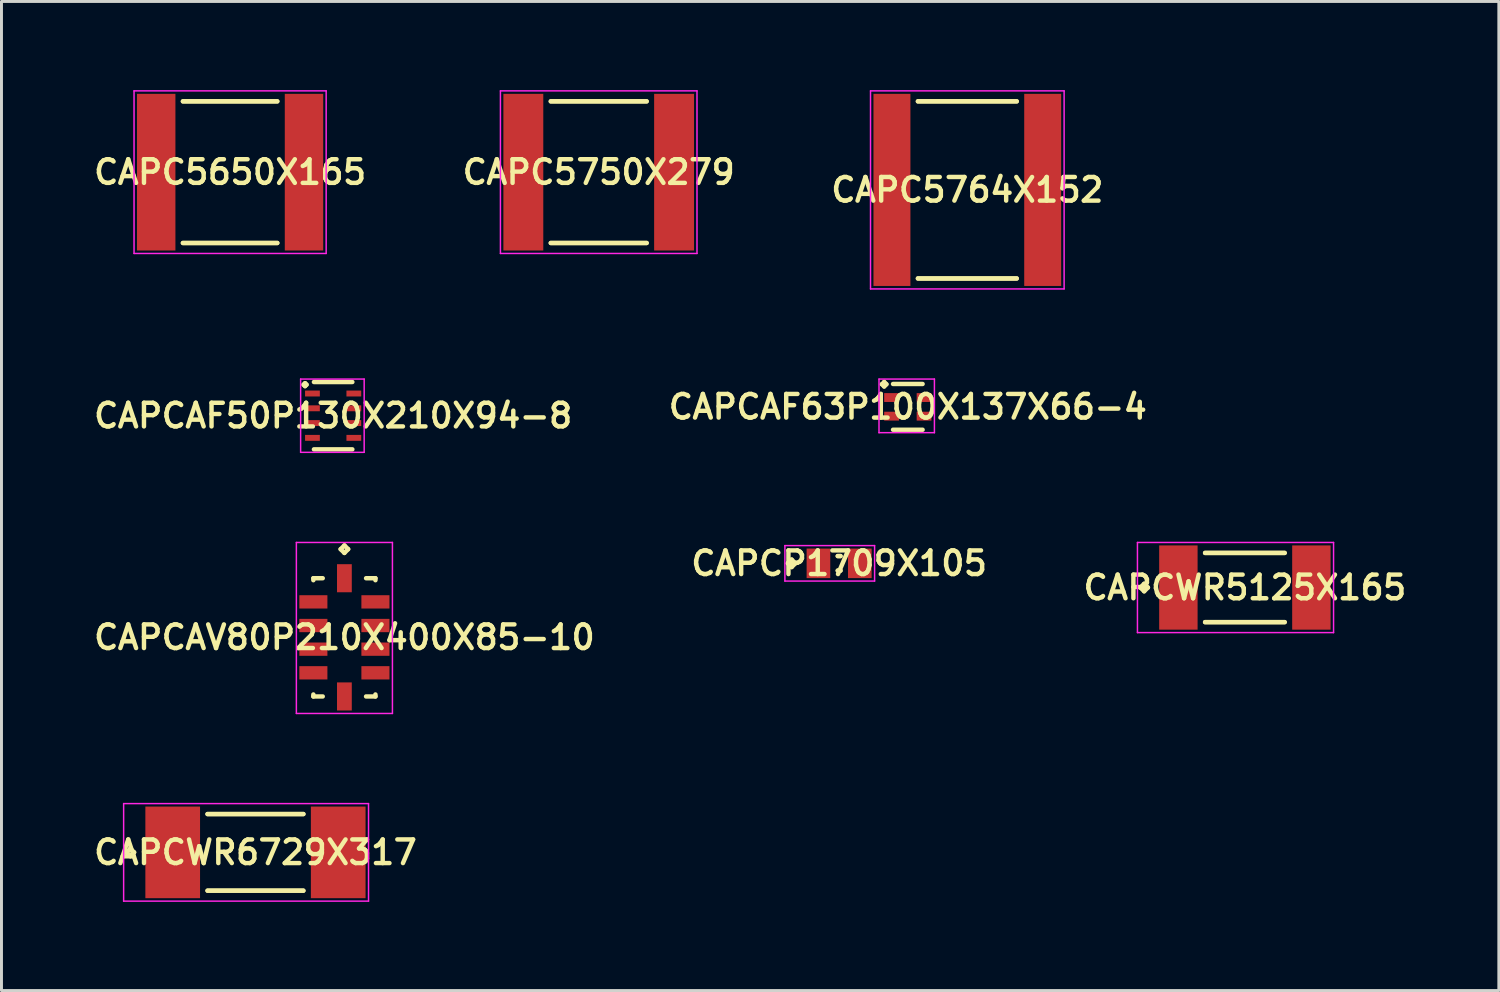
<source format=kicad_pcb>
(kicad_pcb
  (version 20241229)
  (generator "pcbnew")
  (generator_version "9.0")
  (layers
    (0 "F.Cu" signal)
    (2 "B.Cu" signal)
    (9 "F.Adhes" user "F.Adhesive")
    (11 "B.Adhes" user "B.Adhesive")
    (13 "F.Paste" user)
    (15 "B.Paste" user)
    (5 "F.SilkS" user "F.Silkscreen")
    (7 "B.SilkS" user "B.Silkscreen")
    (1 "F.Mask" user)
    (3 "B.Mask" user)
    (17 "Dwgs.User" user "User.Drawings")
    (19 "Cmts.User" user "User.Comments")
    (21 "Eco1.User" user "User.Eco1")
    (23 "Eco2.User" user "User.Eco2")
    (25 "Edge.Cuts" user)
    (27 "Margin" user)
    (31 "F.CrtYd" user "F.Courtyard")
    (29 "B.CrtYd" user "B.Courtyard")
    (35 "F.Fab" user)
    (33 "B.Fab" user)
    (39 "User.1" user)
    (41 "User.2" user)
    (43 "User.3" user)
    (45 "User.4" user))
  (footprint "CAPCWR6729X317"
    (layer "F.Cu")
    (at 5.593 25.788)
    (property "Reference" "CAPCWR6729X317" (at 0 0 0) (layer "F.SilkS") (effects (font (size 0.8 0.8) (thickness 0.15))))
    (attr smd)
    (fp_line (start -4.36 0) (end -4.233 -0.127) (stroke (width 0.15) (type solid)) (layer "F.SilkS"))
    (fp_line (start -4.233 -0.127) (end -4.106 0) (stroke (width 0.15) (type solid)) (layer "F.SilkS"))
    (fp_line (start -4.233 0.127) (end -4.36 0) (stroke (width 0.15) (type solid)) (layer "F.SilkS"))
    (fp_line (start -4.106 0) (end -4.233 0.127) (stroke (width 0.15) (type solid)) (layer "F.SilkS"))
    (fp_line (start -1.621 -1.296) (end 1.621 -1.296) (stroke (width 0.15) (type solid)) (layer "F.SilkS"))
    (fp_line (start -1.621 1.296) (end 1.621 1.296) (stroke (width 0.15) (type solid)) (layer "F.SilkS"))
    (fp_line (start 1.621 -1.296) (end -1.621 -1.296) (stroke (width 0.15) (type solid)) (layer "F.SilkS"))
    (fp_line (start 1.621 1.296) (end -1.621 1.296) (stroke (width 0.15) (type solid)) (layer "F.SilkS"))
    (fp_line (start -4.46 -1.65) (end 3.825 -1.65) (stroke (width 0.05) (type solid)) (layer "F.CrtYd"))
    (fp_line (start -4.46 1.65) (end -4.46 -1.65) (stroke (width 0.05) (type solid)) (layer "F.CrtYd"))
    (fp_line (start 3.825 -1.65) (end 3.825 1.65) (stroke (width 0.05) (type solid)) (layer "F.CrtYd"))
    (fp_line (start 3.825 1.65) (end -4.46 1.65) (stroke (width 0.05) (type solid)) (layer "F.CrtYd"))
    (pad "1" smd rect (at -2.8 0) (size 1.85 3.1) (layers "F.Cu" "F.Mask" "F.Paste"))
    (pad "2" smd rect (at 2.8 0) (size 1.85 3.1) (layers "F.Cu" "F.Mask" "F.Paste")))
  (footprint "CAPC5750X279"
    (layer "F.Cu")
    (at 17.206 2.775)
    (property "Reference" "CAPC5750X279" (at 0 0 0) (layer "F.SilkS") (effects (font (size 0.8 0.8) (thickness 0.15))))
    (attr smd)
    (fp_line (start -1.621 -2.396) (end 1.621 -2.396) (stroke (width 0.15) (type solid)) (layer "F.SilkS"))
    (fp_line (start -1.621 2.396) (end 1.621 2.396) (stroke (width 0.15) (type solid)) (layer "F.SilkS"))
    (fp_line (start 1.621 -2.396) (end -1.621 -2.396) (stroke (width 0.15) (type solid)) (layer "F.SilkS"))
    (fp_line (start 1.621 2.396) (end -1.621 2.396) (stroke (width 0.15) (type solid)) (layer "F.SilkS"))
    (fp_line (start -3.325 -2.75) (end 3.325 -2.75) (stroke (width 0.05) (type solid)) (layer "F.CrtYd"))
    (fp_line (start -3.325 2.75) (end -3.325 -2.75) (stroke (width 0.05) (type solid)) (layer "F.CrtYd"))
    (fp_line (start 3.325 -2.75) (end 3.325 2.75) (stroke (width 0.05) (type solid)) (layer "F.CrtYd"))
    (fp_line (start 3.325 2.75) (end -3.325 2.75) (stroke (width 0.05) (type solid)) (layer "F.CrtYd"))
    (pad "1" smd rect (at -2.55 0) (size 1.35 5.3) (layers "F.Cu" "F.Mask" "F.Paste"))
    (pad "2" smd rect (at 2.55 0) (size 1.35 5.3) (layers "F.Cu" "F.Mask" "F.Paste")))
  (footprint "CAPCAF63P100X137X66-4"
    (layer "F.Cu")
    (at 27.664 10.715)
    (property "Reference" "CAPCAF63P100X137X66-4" (at 0 0 0) (layer "F.SilkS") (effects (font (size 0.8 0.8) (thickness 0.15))))
    (attr smd)
    (fp_line (start -0.875 -0.765) (end -0.8 -0.84) (stroke (width 0.15) (type solid)) (layer "F.SilkS"))
    (fp_line (start -0.8 -0.84) (end -0.725 -0.765) (stroke (width 0.15) (type solid)) (layer "F.SilkS"))
    (fp_line (start -0.8 -0.69) (end -0.875 -0.765) (stroke (width 0.15) (type solid)) (layer "F.SilkS"))
    (fp_line (start -0.725 -0.765) (end -0.8 -0.69) (stroke (width 0.15) (type solid)) (layer "F.SilkS"))
    (fp_line (start -0.5 -0.774) (end 0.5 -0.774) (stroke (width 0.15) (type solid)) (layer "F.SilkS"))
    (fp_line (start -0.5 0.774) (end 0.5 0.774) (stroke (width 0.15) (type solid)) (layer "F.SilkS"))
    (fp_line (start -0.975 -0.94) (end 0.9 -0.94) (stroke (width 0.05) (type solid)) (layer "F.CrtYd"))
    (fp_line (start -0.975 0.874) (end -0.975 -0.94) (stroke (width 0.05) (type solid)) (layer "F.CrtYd"))
    (fp_line (start 0.9 -0.94) (end 0.9 0.874) (stroke (width 0.05) (type solid)) (layer "F.CrtYd"))
    (fp_line (start 0.9 0.874) (end -0.975 0.874) (stroke (width 0.05) (type solid)) (layer "F.CrtYd"))
    (pad "1" smd rect (at -0.55 -0.315) (size 0.5 0.3) (layers "F.Cu" "F.Mask" "F.Paste"))
    (pad "2" smd rect (at -0.55 0.315) (size 0.5 0.3) (layers "F.Cu" "F.Mask" "F.Paste"))
    (pad "3" smd rect (at 0.55 0.315) (size 0.5 0.3) (layers "F.Cu" "F.Mask" "F.Paste"))
    (pad "4" smd rect (at 0.55 -0.315) (size 0.5 0.3) (layers "F.Cu" "F.Mask" "F.Paste")))
  (footprint "CAPC5650X165"
    (layer "F.Cu")
    (at 4.735 2.775)
    (property "Reference" "CAPC5650X165" (at 0 0 0) (layer "F.SilkS") (effects (font (size 0.8 0.8) (thickness 0.15))))
    (attr smd)
    (fp_line (start -1.596 -2.396) (end 1.596 -2.396) (stroke (width 0.15) (type solid)) (layer "F.SilkS"))
    (fp_line (start -1.596 2.396) (end 1.596 2.396) (stroke (width 0.15) (type solid)) (layer "F.SilkS"))
    (fp_line (start 1.596 -2.396) (end -1.596 -2.396) (stroke (width 0.15) (type solid)) (layer "F.SilkS"))
    (fp_line (start 1.596 2.396) (end -1.596 2.396) (stroke (width 0.15) (type solid)) (layer "F.SilkS"))
    (fp_line (start -3.25 -2.75) (end 3.25 -2.75) (stroke (width 0.05) (type solid)) (layer "F.CrtYd"))
    (fp_line (start -3.25 2.75) (end -3.25 -2.75) (stroke (width 0.05) (type solid)) (layer "F.CrtYd"))
    (fp_line (start 3.25 -2.75) (end 3.25 2.75) (stroke (width 0.05) (type solid)) (layer "F.CrtYd"))
    (fp_line (start 3.25 2.75) (end -3.25 2.75) (stroke (width 0.05) (type solid)) (layer "F.CrtYd"))
    (pad "1" smd rect (at -2.5 0) (size 1.3 5.3) (layers "F.Cu" "F.Mask" "F.Paste"))
    (pad "2" smd rect (at 2.5 0) (size 1.3 5.3) (layers "F.Cu" "F.Mask" "F.Paste")))
  (footprint "CAPCWR5125X165"
    (layer "F.Cu")
    (at 39.068 16.828)
    (property "Reference" "CAPCWR5125X165" (at 0 0 0) (layer "F.SilkS") (effects (font (size 0.8 0.8) (thickness 0.15))))
    (attr smd)
    (fp_line (start -3.535 0) (end -3.408 -0.127) (stroke (width 0.15) (type solid)) (layer "F.SilkS"))
    (fp_line (start -3.408 -0.127) (end -3.281 0) (stroke (width 0.15) (type solid)) (layer "F.SilkS"))
    (fp_line (start -3.408 0.127) (end -3.535 0) (stroke (width 0.15) (type solid)) (layer "F.SilkS"))
    (fp_line (start -3.281 0) (end -3.408 0.127) (stroke (width 0.15) (type solid)) (layer "F.SilkS"))
    (fp_line (start -1.346 -1.171) (end 1.346 -1.171) (stroke (width 0.15) (type solid)) (layer "F.SilkS"))
    (fp_line (start -1.346 1.171) (end 1.346 1.171) (stroke (width 0.15) (type solid)) (layer "F.SilkS"))
    (fp_line (start 1.346 -1.171) (end -1.346 -1.171) (stroke (width 0.15) (type solid)) (layer "F.SilkS"))
    (fp_line (start 1.346 1.171) (end -1.346 1.171) (stroke (width 0.15) (type solid)) (layer "F.SilkS"))
    (fp_line (start -3.635 -1.525) (end 3 -1.525) (stroke (width 0.05) (type solid)) (layer "F.CrtYd"))
    (fp_line (start -3.635 1.525) (end -3.635 -1.525) (stroke (width 0.05) (type solid)) (layer "F.CrtYd"))
    (fp_line (start 3 -1.525) (end 3 1.525) (stroke (width 0.05) (type solid)) (layer "F.CrtYd"))
    (fp_line (start 3 1.525) (end -3.635 1.525) (stroke (width 0.05) (type solid)) (layer "F.CrtYd"))
    (pad "1" smd rect (at -2.25 0) (size 1.3 2.85) (layers "F.Cu" "F.Mask" "F.Paste"))
    (pad "2" smd rect (at 2.25 0) (size 1.3 2.85) (layers "F.Cu" "F.Mask" "F.Paste")))
  (footprint "CAPCAV80P210X400X85-10"
    (layer "F.Cu")
    (at 8.602 18.513)
    (property "Reference" "CAPCAV80P210X400X85-10" (at 0 0 0) (layer "F.SilkS") (effects (font (size 0.8 0.8) (thickness 0.15))))
    (attr smd)
    (fp_line (start -1.05 -2) (end -0.733 -2) (stroke (width 0.15) (type solid)) (layer "F.SilkS"))
    (fp_line (start -1.05 -1.933) (end -1.05 -2) (stroke (width 0.15) (type solid)) (layer "F.SilkS"))
    (fp_line (start -1.05 1.933) (end -1.05 2) (stroke (width 0.15) (type solid)) (layer "F.SilkS"))
    (fp_line (start -1.05 2) (end -0.733 2) (stroke (width 0.15) (type solid)) (layer "F.SilkS"))
    (fp_line (start -0.127 -2.983) (end 0 -3.11) (stroke (width 0.15) (type solid)) (layer "F.SilkS"))
    (fp_line (start 0 -3.11) (end 0.127 -2.983) (stroke (width 0.15) (type solid)) (layer "F.SilkS"))
    (fp_line (start 0 -2.856) (end -0.127 -2.983) (stroke (width 0.15) (type solid)) (layer "F.SilkS"))
    (fp_line (start 0.127 -2.983) (end 0 -2.856) (stroke (width 0.15) (type solid)) (layer "F.SilkS"))
    (fp_line (start 1.05 -2) (end 0.733 -2) (stroke (width 0.15) (type solid)) (layer "F.SilkS"))
    (fp_line (start 1.05 -1.933) (end 1.05 -2) (stroke (width 0.15) (type solid)) (layer "F.SilkS"))
    (fp_line (start 1.05 1.933) (end 1.05 2) (stroke (width 0.15) (type solid)) (layer "F.SilkS"))
    (fp_line (start 1.05 2) (end 0.733 2) (stroke (width 0.15) (type solid)) (layer "F.SilkS"))
    (fp_line (start -1.625 -3.21) (end 1.625 -3.21) (stroke (width 0.05) (type solid)) (layer "F.CrtYd"))
    (fp_line (start -1.625 2.575) (end -1.625 -3.21) (stroke (width 0.05) (type solid)) (layer "F.CrtYd"))
    (fp_line (start 1.625 -3.21) (end 1.625 2.575) (stroke (width 0.05) (type solid)) (layer "F.CrtYd"))
    (fp_line (start 1.625 2.575) (end -1.625 2.575) (stroke (width 0.05) (type solid)) (layer "F.CrtYd"))
    (pad "1" smd rect (at 0 -2) (size 0.5 0.95) (layers "F.Cu" "F.Mask" "F.Paste"))
    (pad "2" smd rect (at -1.05 -1.2) (size 0.95 0.45) (layers "F.Cu" "F.Mask" "F.Paste"))
    (pad "3" smd rect (at -1.05 -0.4) (size 0.95 0.45) (layers "F.Cu" "F.Mask" "F.Paste"))
    (pad "4" smd rect (at -1.05 0.4) (size 0.95 0.45) (layers "F.Cu" "F.Mask" "F.Paste"))
    (pad "5" smd rect (at -1.05 1.2) (size 0.95 0.45) (layers "F.Cu" "F.Mask" "F.Paste"))
    (pad "6" smd rect (at 0 2) (size 0.5 0.95) (layers "F.Cu" "F.Mask" "F.Paste"))
    (pad "7" smd rect (at 1.05 1.2) (size 0.95 0.45) (layers "F.Cu" "F.Mask" "F.Paste"))
    (pad "8" smd rect (at 1.05 0.4) (size 0.95 0.45) (layers "F.Cu" "F.Mask" "F.Paste"))
    (pad "9" smd rect (at 1.05 -0.4) (size 0.95 0.45) (layers "F.Cu" "F.Mask" "F.Paste"))
    (pad "10" smd rect (at 1.05 -1.2) (size 0.95 0.45) (layers "F.Cu" "F.Mask" "F.Paste")))
  (footprint "CAPCP1709X105"
    (layer "F.Cu")
    (at 25.34 16.009)
    (property "Reference" "CAPCP1709X105" (at 0 0 0) (layer "F.SilkS") (effects (font (size 0.8 0.8) (thickness 0.15))))
    (attr smd)
    (fp_line (start -1.735 0) (end -1.608 -0.127) (stroke (width 0.15) (type solid)) (layer "F.SilkS"))
    (fp_line (start -1.608 -0.127) (end -1.481 0) (stroke (width 0.15) (type solid)) (layer "F.SilkS"))
    (fp_line (start -1.608 0.127) (end -1.735 0) (stroke (width 0.15) (type solid)) (layer "F.SilkS"))
    (fp_line (start -1.481 0) (end -1.608 0.127) (stroke (width 0.15) (type solid)) (layer "F.SilkS"))
    (fp_line (start -0.046 -0.246) (end 0.046 -0.246) (stroke (width 0.15) (type solid)) (layer "F.SilkS"))
    (fp_line (start -0.046 0.246) (end 0.046 0.246) (stroke (width 0.15) (type solid)) (layer "F.SilkS"))
    (fp_line (start 0.046 -0.246) (end -0.046 -0.246) (stroke (width 0.15) (type solid)) (layer "F.SilkS"))
    (fp_line (start 0.046 0.246) (end -0.046 0.246) (stroke (width 0.15) (type solid)) (layer "F.SilkS"))
    (fp_line (start -1.835 -0.6) (end 1.2 -0.6) (stroke (width 0.05) (type solid)) (layer "F.CrtYd"))
    (fp_line (start -1.835 0.6) (end -1.835 -0.6) (stroke (width 0.05) (type solid)) (layer "F.CrtYd"))
    (fp_line (start 1.2 -0.6) (end 1.2 0.6) (stroke (width 0.05) (type solid)) (layer "F.CrtYd"))
    (fp_line (start 1.2 0.6) (end -1.835 0.6) (stroke (width 0.05) (type solid)) (layer "F.CrtYd"))
    (pad "1" smd rect (at -0.7 0) (size 0.8 1) (layers "F.Cu" "F.Mask" "F.Paste"))
    (pad "2" smd rect (at 0.7 0) (size 0.8 1) (layers "F.Cu" "F.Mask" "F.Paste")))
  (footprint "CAPCAF50P130X210X94-8"
    (layer "F.Cu")
    (at 8.221 11.014)
    (property "Reference" "CAPCAF50P130X210X94-8" (at 0 0 0) (layer "F.SilkS") (effects (font (size 0.8 0.8) (thickness 0.15))))
    (attr smd)
    (fp_line (start -1 -1.05) (end -0.95 -1.1) (stroke (width 0.15) (type solid)) (layer "F.SilkS"))
    (fp_line (start -0.95 -1.1) (end -0.9 -1.05) (stroke (width 0.15) (type solid)) (layer "F.SilkS"))
    (fp_line (start -0.95 -1) (end -1 -1.05) (stroke (width 0.15) (type solid)) (layer "F.SilkS"))
    (fp_line (start -0.9 -1.05) (end -0.95 -1) (stroke (width 0.15) (type solid)) (layer "F.SilkS"))
    (fp_line (start -0.65 -1.139) (end 0.65 -1.139) (stroke (width 0.15) (type solid)) (layer "F.SilkS"))
    (fp_line (start -0.65 1.139) (end 0.65 1.139) (stroke (width 0.15) (type solid)) (layer "F.SilkS"))
    (fp_line (start -1.1 -1.239) (end 1.05 -1.239) (stroke (width 0.05) (type solid)) (layer "F.CrtYd"))
    (fp_line (start -1.1 1.239) (end -1.1 -1.239) (stroke (width 0.05) (type solid)) (layer "F.CrtYd"))
    (fp_line (start 1.05 -1.239) (end 1.05 1.239) (stroke (width 0.05) (type solid)) (layer "F.CrtYd"))
    (fp_line (start 1.05 1.239) (end -1.1 1.239) (stroke (width 0.05) (type solid)) (layer "F.CrtYd"))
    (pad "1" smd rect (at -0.7 -0.75) (size 0.5 0.2) (layers "F.Cu" "F.Mask" "F.Paste"))
    (pad "2" smd rect (at -0.7 -0.25) (size 0.5 0.2) (layers "F.Cu" "F.Mask" "F.Paste"))
    (pad "3" smd rect (at -0.7 0.25) (size 0.5 0.2) (layers "F.Cu" "F.Mask" "F.Paste"))
    (pad "4" smd rect (at -0.7 0.75) (size 0.5 0.2) (layers "F.Cu" "F.Mask" "F.Paste"))
    (pad "5" smd rect (at 0.7 0.75) (size 0.5 0.2) (layers "F.Cu" "F.Mask" "F.Paste"))
    (pad "6" smd rect (at 0.7 0.25) (size 0.5 0.2) (layers "F.Cu" "F.Mask" "F.Paste"))
    (pad "7" smd rect (at 0.7 -0.25) (size 0.5 0.2) (layers "F.Cu" "F.Mask" "F.Paste"))
    (pad "8" smd rect (at 0.7 -0.75) (size 0.5 0.2) (layers "F.Cu" "F.Mask" "F.Paste")))
  (footprint "CAPC5764X152"
    (layer "F.Cu")
    (at 29.677 3.375)
    (property "Reference" "CAPC5764X152" (at 0 0 0) (layer "F.SilkS") (effects (font (size 0.8 0.8) (thickness 0.15))))
    (attr smd)
    (fp_line (start -1.671 -2.996) (end 1.671 -2.996) (stroke (width 0.15) (type solid)) (layer "F.SilkS"))
    (fp_line (start -1.671 2.996) (end 1.671 2.996) (stroke (width 0.15) (type solid)) (layer "F.SilkS"))
    (fp_line (start 1.671 -2.996) (end -1.671 -2.996) (stroke (width 0.15) (type solid)) (layer "F.SilkS"))
    (fp_line (start 1.671 2.996) (end -1.671 2.996) (stroke (width 0.15) (type solid)) (layer "F.SilkS"))
    (fp_line (start -3.275 -3.35) (end 3.275 -3.35) (stroke (width 0.05) (type solid)) (layer "F.CrtYd"))
    (fp_line (start -3.275 3.35) (end -3.275 -3.35) (stroke (width 0.05) (type solid)) (layer "F.CrtYd"))
    (fp_line (start 3.275 -3.35) (end 3.275 3.35) (stroke (width 0.05) (type solid)) (layer "F.CrtYd"))
    (fp_line (start 3.275 3.35) (end -3.275 3.35) (stroke (width 0.05) (type solid)) (layer "F.CrtYd"))
    (pad "1" smd rect (at -2.55 0) (size 1.25 6.5) (layers "F.Cu" "F.Mask" "F.Paste"))
    (pad "2" smd rect (at 2.55 0) (size 1.25 6.5) (layers "F.Cu" "F.Mask" "F.Paste")))
  (gr_rect
    (start -3 -3)
    (end 47.66 30.463)
    (stroke (width 0.1) (type default))
    (fill no)
    (layer "Edge.Cuts")))
</source>
